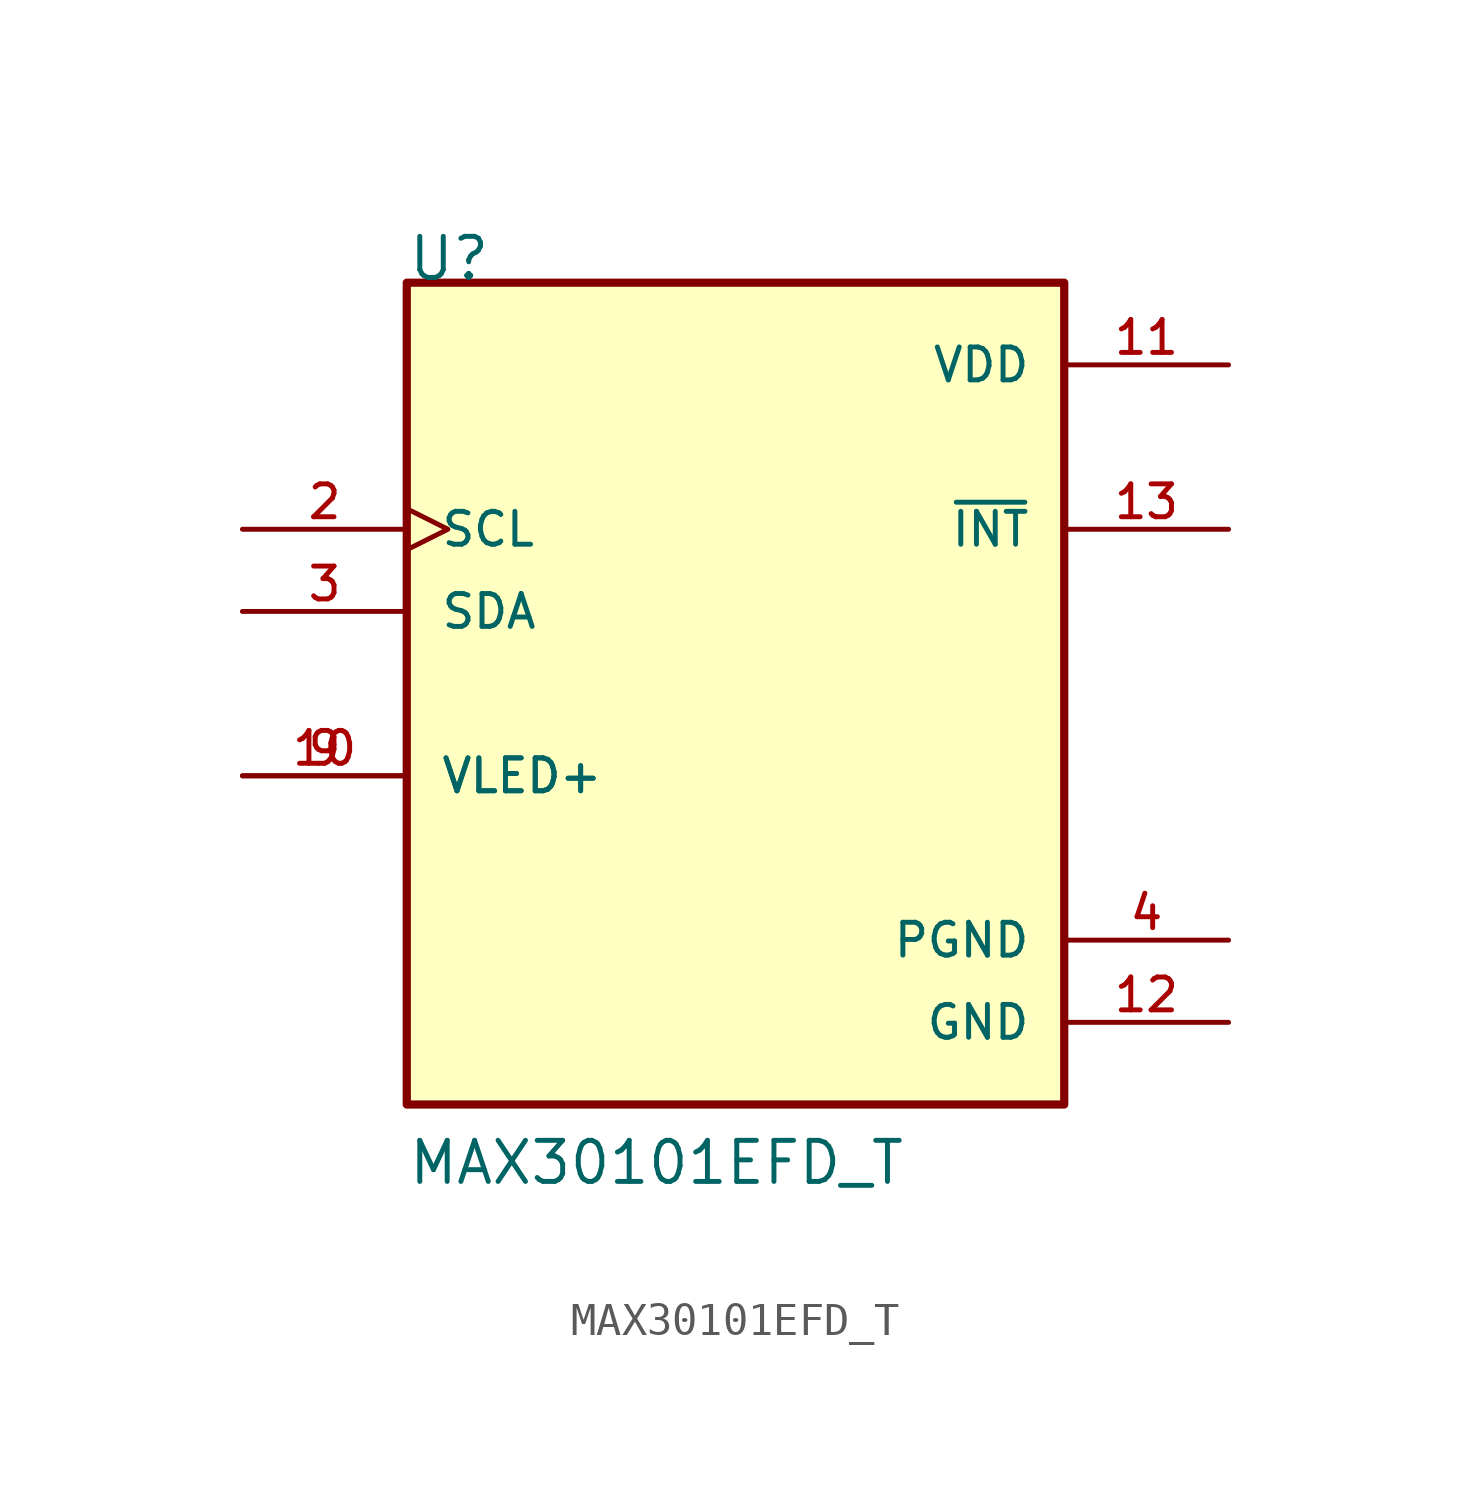
<source format=kicad_sym>
(kicad_symbol_lib
  (version 20211014)
  (generator kicad_symbol_editor)
  (symbol "MAX30101EFD_T"
    (pin_names
      (offset 1.016))
    (property "Reference" "U"
      (at -10.16 12.7 0)
      (effects (font (size 1.27 1.27)) (justify bottom left)))
    (property "Value" "MAX30101EFD_T"
      (at -10.16 -15.24 0)
      (effects (font (size 1.27 1.27)) (justify bottom left)))
    (symbol "MAX30101EFD_T_0_0"
      (rectangle (start -10.16 -12.7) (end 10.16 12.7) (stroke (width 0.254)) (fill (type background)))
      (pin power_in line (at 15.24 10.16 180.0) (length 5.08) (name "VDD" (effects (font (size 1.016 1.016)))) (number "11" (effects (font (size 1.016 1.016)))))
      (pin power_in line (at 15.24 -10.16 180.0) (length 5.08) (name "GND" (effects (font (size 1.016 1.016)))) (number "12" (effects (font (size 1.016 1.016)))))
      (pin output line (at 15.24 5.08 180.0) (length 5.08) (name "~{INT}" (effects (font (size 1.016 1.016)))) (number "13" (effects (font (size 1.016 1.016)))))
      (pin bidirectional line (at -15.24 2.54 0) (length 5.08) (name "SDA" (effects (font (size 1.016 1.016)))) (number "3" (effects (font (size 1.016 1.016)))))
      (pin input clock (at -15.24 5.08 0) (length 5.08) (name "SCL" (effects (font (size 1.016 1.016)))) (number "2" (effects (font (size 1.016 1.016)))))
      (pin passive line (at -15.24 -2.54 0) (length 5.08) (name "VLED+" (effects (font (size 1.016 1.016)))) (number "9" (effects (font (size 1.016 1.016)))))
      (pin passive line (at -15.24 -2.54 0) (length 5.08) (name "VLED+" (effects (font (size 1.016 1.016)))) (number "10" (effects (font (size 1.016 1.016)))))
      (pin power_in line (at 15.24 -7.62 180.0) (length 5.08) (name "PGND" (effects (font (size 1.016 1.016)))) (number "4" (effects (font (size 1.016 1.016))))))))
</source>
